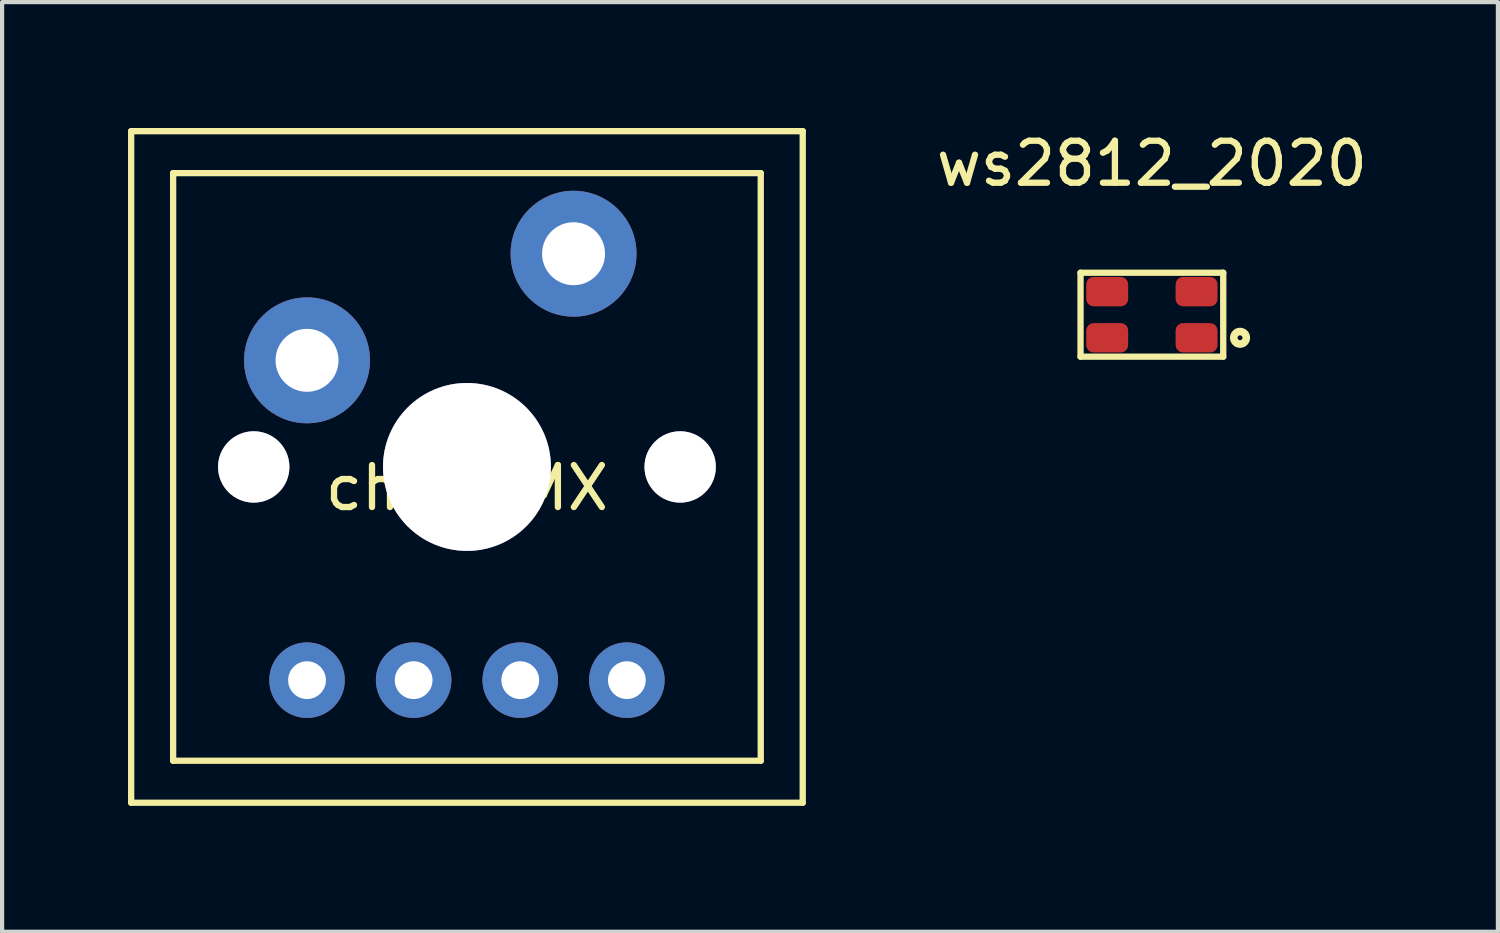
<source format=kicad_pcb>
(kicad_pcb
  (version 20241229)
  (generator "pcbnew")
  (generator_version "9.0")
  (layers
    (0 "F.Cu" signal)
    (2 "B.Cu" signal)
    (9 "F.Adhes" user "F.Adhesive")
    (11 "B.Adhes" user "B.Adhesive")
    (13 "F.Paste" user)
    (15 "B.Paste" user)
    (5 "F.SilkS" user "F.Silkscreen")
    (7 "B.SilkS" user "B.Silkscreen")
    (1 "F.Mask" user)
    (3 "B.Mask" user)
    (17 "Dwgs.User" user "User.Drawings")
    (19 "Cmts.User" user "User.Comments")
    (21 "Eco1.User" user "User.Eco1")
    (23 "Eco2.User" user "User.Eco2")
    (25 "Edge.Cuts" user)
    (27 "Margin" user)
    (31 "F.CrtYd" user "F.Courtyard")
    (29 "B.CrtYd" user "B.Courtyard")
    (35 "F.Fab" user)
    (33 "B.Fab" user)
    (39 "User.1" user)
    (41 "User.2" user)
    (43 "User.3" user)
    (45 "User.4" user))
  (footprint "cherryMX"
    (layer "F.Cu")
    (at 8.075 8.075)
    (property "Reference" "cherryMX" (at 0 0.5 0) (layer "F.SilkS") (effects (font (size 1 1) (thickness 0.15))))
    (attr through_hole)
    (fp_line (start -8 -8) (end -8 8) (stroke (width 0.15) (type solid)) (layer "F.SilkS"))
    (fp_line (start -8 8) (end 8 8) (stroke (width 0.15) (type solid)) (layer "F.SilkS"))
    (fp_line (start -7 -7) (end -7 7) (stroke (width 0.15) (type solid)) (layer "F.SilkS"))
    (fp_line (start -7 7) (end 7 7) (stroke (width 0.15) (type solid)) (layer "F.SilkS"))
    (fp_line (start 7 -7) (end -7 -7) (stroke (width 0.15) (type solid)) (layer "F.SilkS"))
    (fp_line (start 7 7) (end 7 -7) (stroke (width 0.15) (type solid)) (layer "F.SilkS"))
    (fp_line (start 8 -8) (end -8 -8) (stroke (width 0.15) (type solid)) (layer "F.SilkS"))
    (fp_line (start 8 8) (end 8 -8) (stroke (width 0.15) (type solid)) (layer "F.SilkS"))
    (pad "" thru_hole circle (at -5.08 0) (size 1.7 1.7) (drill 1.7) (layers "*.Cu" "*.Mask"))
    (pad "" thru_hole circle (at -3.81 5.08) (size 1.8 1.8) (drill 0.9) (layers "*.Cu" "*.Mask"))
    (pad "" thru_hole circle (at -1.27 5.08) (size 1.8 1.8) (drill 0.9) (layers "*.Cu" "*.Mask"))
    (pad "" thru_hole circle (at 0 0) (size 4 4) (drill 4) (layers "*.Cu" "*.Mask"))
    (pad "" thru_hole circle (at 1.27 5.08) (size 1.8 1.8) (drill 0.9) (layers "*.Cu" "*.Mask"))
    (pad "" thru_hole circle (at 3.81 5.08) (size 1.8 1.8) (drill 0.9) (layers "*.Cu" "*.Mask"))
    (pad "" thru_hole circle (at 5.08 0) (size 1.7 1.7) (drill 1.7) (layers "*.Cu" "*.Mask"))
    (pad "1" thru_hole circle (at 2.54 -5.08) (size 3 3) (drill 1.5) (layers "*.Cu" "*.Mask"))
    (pad "2" thru_hole circle (at -3.81 -2.54) (size 3 3) (drill 1.5) (layers "*.Cu" "*.Mask")))
  (footprint "ws2812_2020"
    (layer "F.Cu")
    (at 24.394 4.448)
    (property "Reference" "ws2812_2020" (at 0 -3.6 0) (layer "F.SilkS") (effects (font (size 1 1) (thickness 0.15))))
    (attr through_hole)
    (fp_line (start -1.7 -1) (end -1.7 1) (stroke (width 0.15) (type solid)) (layer "F.SilkS"))
    (fp_line (start -1.7 1) (end 1.7 1) (stroke (width 0.15) (type solid)) (layer "F.SilkS"))
    (fp_line (start 1.7 -1) (end -1.7 -1) (stroke (width 0.15) (type solid)) (layer "F.SilkS"))
    (fp_line (start 1.7 1) (end 1.7 -1) (stroke (width 0.15) (type solid)) (layer "F.SilkS"))
    (fp_circle (center 2.1 0.55) (end 2.07 0.6) (stroke (width 0.12) (type solid)) (fill no) (layer "F.SilkS"))
    (fp_circle (center 2.1 0.55) (end 2.28 0.55) (stroke (width 0.12) (type solid)) (fill no) (layer "F.SilkS"))
    (pad "1" smd roundrect (at 1.065 0.55) (size 1 0.7) (layers "F.Cu" "F.Mask" "F.Paste") (roundrect_rratio 0.25))
    (pad "2" smd roundrect (at 1.065 -0.55) (size 1 0.7) (layers "F.Cu" "F.Mask" "F.Paste") (roundrect_rratio 0.25))
    (pad "3" smd roundrect (at -1.065 -0.55) (size 1 0.7) (layers "F.Cu" "F.Mask" "F.Paste") (roundrect_rratio 0.25))
    (pad "4" smd roundrect (at -1.065 0.55) (size 1 0.7) (layers "F.Cu" "F.Mask" "F.Paste") (roundrect_rratio 0.25)))
  (gr_rect
    (start -3 -3)
    (end 32.638 19.15)
    (stroke (width 0.1) (type default))
    (fill no)
    (layer "Edge.Cuts")))
</source>
